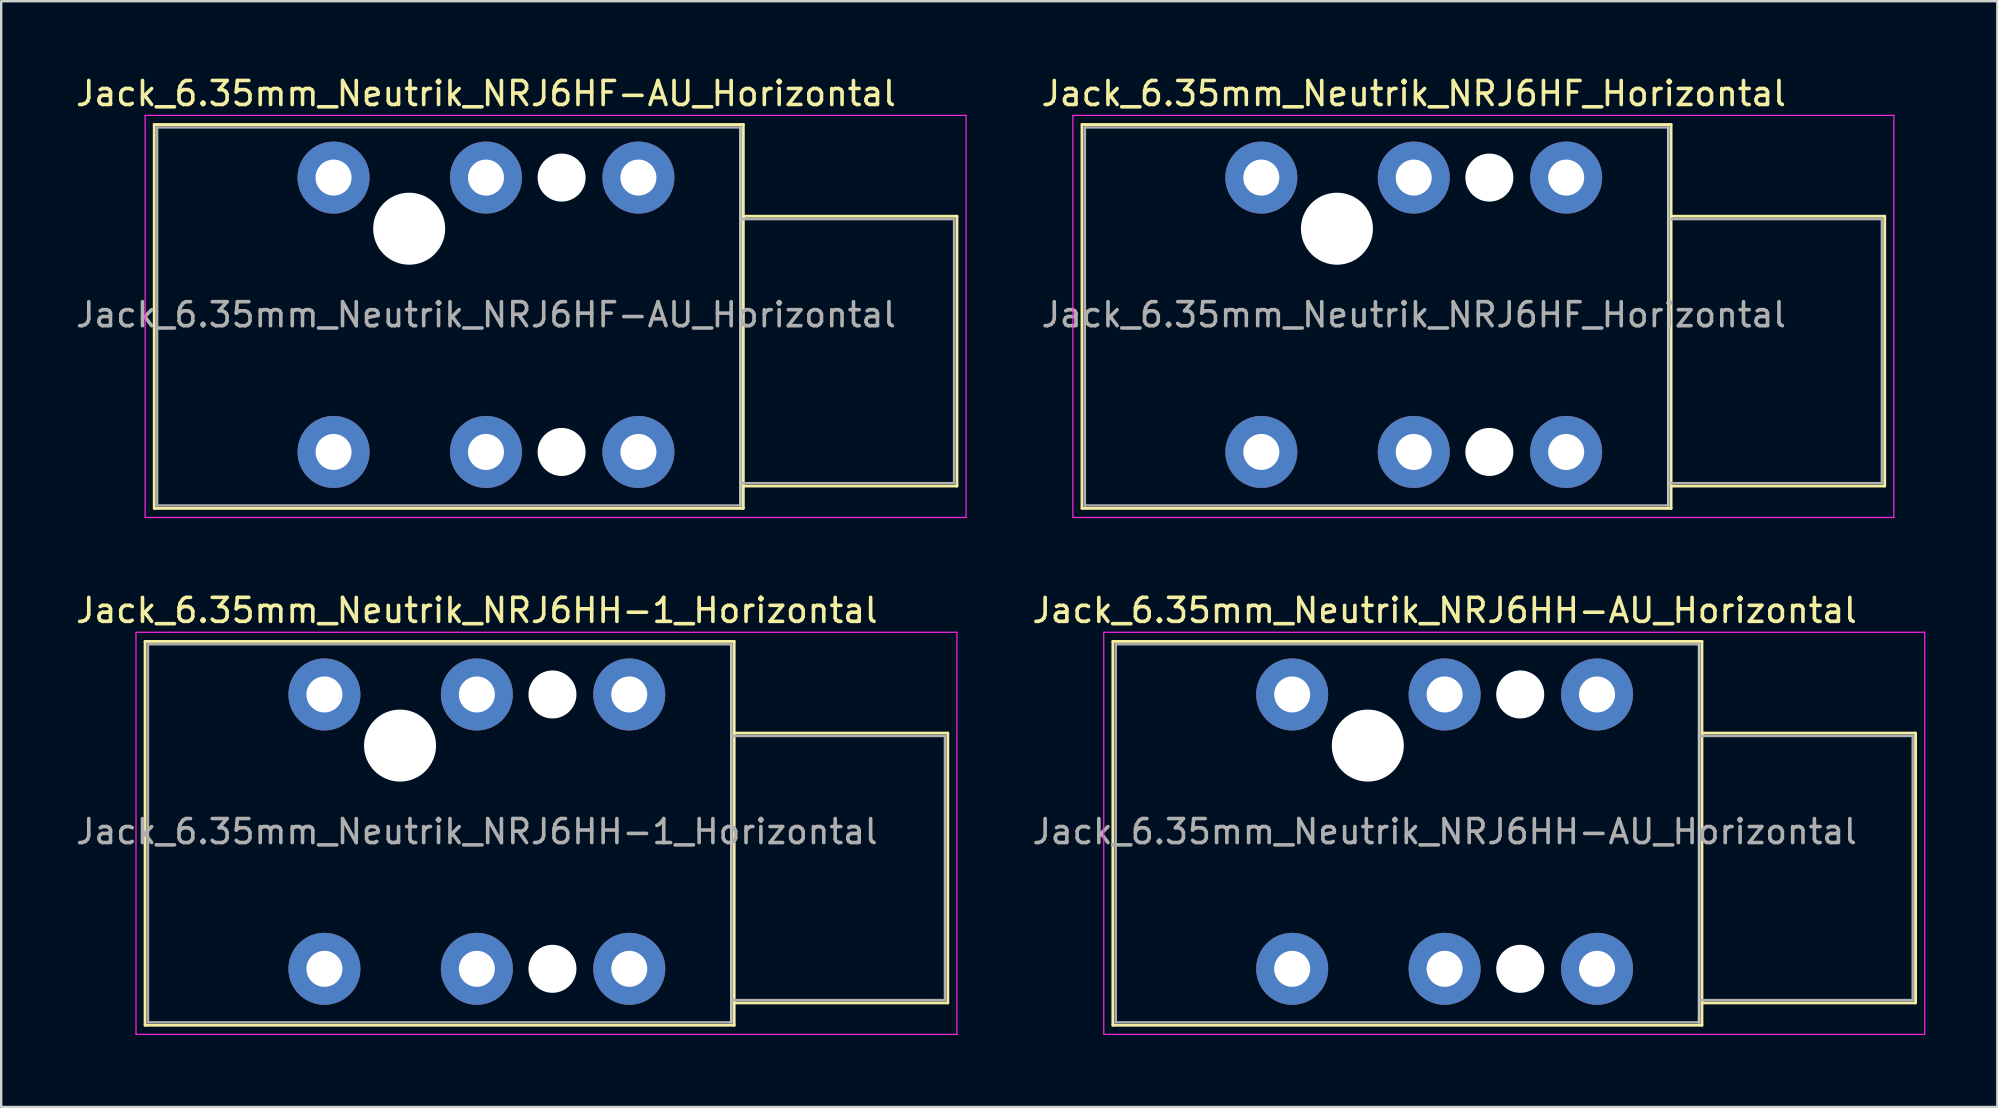
<source format=kicad_pcb>
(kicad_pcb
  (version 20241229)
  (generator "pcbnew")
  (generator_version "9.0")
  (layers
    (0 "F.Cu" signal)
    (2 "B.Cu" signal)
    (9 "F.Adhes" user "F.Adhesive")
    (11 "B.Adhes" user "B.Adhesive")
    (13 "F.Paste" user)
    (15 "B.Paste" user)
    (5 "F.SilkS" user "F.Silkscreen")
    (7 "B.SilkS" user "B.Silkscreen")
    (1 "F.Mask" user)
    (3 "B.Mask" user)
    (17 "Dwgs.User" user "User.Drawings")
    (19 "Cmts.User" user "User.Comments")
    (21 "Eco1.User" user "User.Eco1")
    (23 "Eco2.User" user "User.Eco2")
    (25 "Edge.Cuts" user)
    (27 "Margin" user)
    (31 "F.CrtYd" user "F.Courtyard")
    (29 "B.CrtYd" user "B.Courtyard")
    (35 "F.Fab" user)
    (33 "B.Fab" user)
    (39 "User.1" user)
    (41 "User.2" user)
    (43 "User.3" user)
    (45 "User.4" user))
  (footprint "Jack_6.35mm_Neutrik_NRJ6HH-1_Horizontal"
    (layer "F.Cu")
    (at 10.465 25.881)
    (property "Reference" "Jack_6.35mm_Neutrik_NRJ6HH-1_Horizontal" (at 6.35 -3.5 0) (layer "F.SilkS") (effects (font (size 1 1) (thickness 0.15))))
    (attr through_hole)
    (fp_line (start -7.47 -2.21) (end 17.07 -2.21) (stroke (width 0.12) (type solid)) (layer "F.SilkS"))
    (fp_line (start -7.47 13.78) (end -7.47 -2.21) (stroke (width 0.12) (type solid)) (layer "F.SilkS"))
    (fp_line (start -7.47 13.78) (end 17.07 13.78) (stroke (width 0.12) (type solid)) (layer "F.SilkS"))
    (fp_line (start 17.07 -2.21) (end 17.07 13.78) (stroke (width 0.12) (type solid)) (layer "F.SilkS"))
    (fp_line (start 25.97 1.61) (end 17.07 1.61) (stroke (width 0.12) (type solid)) (layer "F.SilkS"))
    (fp_line (start 25.97 12.85) (end 17.07 12.85) (stroke (width 0.12) (type solid)) (layer "F.SilkS"))
    (fp_line (start 25.97 12.85) (end 25.97 1.61) (stroke (width 0.12) (type solid)) (layer "F.SilkS"))
    (fp_line (start 16.95 -2.09) (end 16.95 13.66) (stroke (width 0.1) (type solid)) (layer "Dwgs.User"))
    (fp_line (start -7.85 14.16) (end -7.85 -2.59) (stroke (width 0.05) (type solid)) (layer "F.CrtYd"))
    (fp_line (start -7.85 14.16) (end 26.35 14.16) (stroke (width 0.05) (type solid)) (layer "F.CrtYd"))
    (fp_line (start 26.35 -2.59) (end -7.85 -2.59) (stroke (width 0.05) (type solid)) (layer "F.CrtYd"))
    (fp_line (start 26.35 14.16) (end 26.35 -2.59) (stroke (width 0.05) (type solid)) (layer "F.CrtYd"))
    (fp_line (start -7.35 -2.09) (end 16.95 -2.09) (stroke (width 0.1) (type solid)) (layer "F.Fab"))
    (fp_line (start -7.35 13.66) (end -7.35 -2.09) (stroke (width 0.1) (type solid)) (layer "F.Fab"))
    (fp_line (start 16.95 -2.09) (end 16.95 13.66) (stroke (width 0.1) (type solid)) (layer "F.Fab"))
    (fp_line (start 16.95 12.73) (end 25.85 12.73) (stroke (width 0.1) (type solid)) (layer "F.Fab"))
    (fp_line (start 16.95 13.66) (end -7.35 13.66) (stroke (width 0.1) (type solid)) (layer "F.Fab"))
    (fp_line (start 25.85 1.73) (end 16.95 1.73) (stroke (width 0.1) (type solid)) (layer "F.Fab"))
    (fp_line (start 25.85 12.73) (end 25.85 1.73) (stroke (width 0.1) (type solid)) (layer "F.Fab"))
    (fp_text user "${REFERENCE}" (at 6.35 5.715 0) (layer "F.Fab") (effects (font (size 1 1) (thickness 0.15))))
    (pad "" np_thru_hole circle (at 3.15 2.13) (size 3 3) (drill 3) (layers "*.Cu" "*.Mask"))
    (pad "" np_thru_hole circle (at 9.5 0) (size 2 2) (drill 2) (layers "*.Cu" "*.Mask"))
    (pad "" np_thru_hole circle (at 9.5 11.43) (size 2 2) (drill 2) (layers "*.Cu" "*.Mask"))
    (pad "G" thru_hole circle (at 12.7 11.43) (size 3 3) (drill 1.5) (layers "*.Cu" "*.Mask"))
    (pad "R" thru_hole circle (at 6.35 0) (size 3 3) (drill 1.5) (layers "*.Cu" "*.Mask"))
    (pad "RN" thru_hole circle (at 6.35 11.43) (size 3 3) (drill 1.5) (layers "*.Cu" "*.Mask"))
    (pad "S" thru_hole circle (at 12.7 0) (size 3 3) (drill 1.5) (layers "*.Cu" "*.Mask"))
    (pad "T" thru_hole circle (at 0 0) (size 3 3) (drill 1.5) (layers "*.Cu" "*.Mask"))
    (pad "TN" thru_hole circle (at 0 11.43) (size 3 3) (drill 1.5) (layers "*.Cu" "*.Mask")))
  (footprint "Jack_6.35mm_Neutrik_NRJ6HF_Horizontal"
    (layer "F.Cu")
    (at 49.496 4.348)
    (property "Reference" "Jack_6.35mm_Neutrik_NRJ6HF_Horizontal" (at 6.35 -3.5 0) (layer "F.SilkS") (effects (font (size 1 1) (thickness 0.15))))
    (attr through_hole)
    (fp_line (start -7.47 -2.21) (end 17.07 -2.21) (stroke (width 0.12) (type solid)) (layer "F.SilkS"))
    (fp_line (start -7.47 13.78) (end -7.47 -2.21) (stroke (width 0.12) (type solid)) (layer "F.SilkS"))
    (fp_line (start -7.47 13.78) (end 17.07 13.78) (stroke (width 0.12) (type solid)) (layer "F.SilkS"))
    (fp_line (start 17.07 -2.21) (end 17.07 13.78) (stroke (width 0.12) (type solid)) (layer "F.SilkS"))
    (fp_line (start 25.97 1.61) (end 17.07 1.61) (stroke (width 0.12) (type solid)) (layer "F.SilkS"))
    (fp_line (start 25.97 12.85) (end 17.07 12.85) (stroke (width 0.12) (type solid)) (layer "F.SilkS"))
    (fp_line (start 25.97 12.85) (end 25.97 1.61) (stroke (width 0.12) (type solid)) (layer "F.SilkS"))
    (fp_line (start 16.95 -2.09) (end 16.95 13.66) (stroke (width 0.1) (type solid)) (layer "Dwgs.User"))
    (fp_line (start -7.85 14.16) (end -7.85 -2.59) (stroke (width 0.05) (type solid)) (layer "F.CrtYd"))
    (fp_line (start -7.85 14.16) (end 26.35 14.16) (stroke (width 0.05) (type solid)) (layer "F.CrtYd"))
    (fp_line (start 26.35 -2.59) (end -7.85 -2.59) (stroke (width 0.05) (type solid)) (layer "F.CrtYd"))
    (fp_line (start 26.35 14.16) (end 26.35 -2.59) (stroke (width 0.05) (type solid)) (layer "F.CrtYd"))
    (fp_line (start -7.35 -2.09) (end 16.95 -2.09) (stroke (width 0.1) (type solid)) (layer "F.Fab"))
    (fp_line (start -7.35 13.66) (end -7.35 -2.09) (stroke (width 0.1) (type solid)) (layer "F.Fab"))
    (fp_line (start 16.95 -2.09) (end 16.95 13.66) (stroke (width 0.1) (type solid)) (layer "F.Fab"))
    (fp_line (start 16.95 12.73) (end 25.85 12.73) (stroke (width 0.1) (type solid)) (layer "F.Fab"))
    (fp_line (start 16.95 13.66) (end -7.35 13.66) (stroke (width 0.1) (type solid)) (layer "F.Fab"))
    (fp_line (start 25.85 1.73) (end 16.95 1.73) (stroke (width 0.1) (type solid)) (layer "F.Fab"))
    (fp_line (start 25.85 12.73) (end 25.85 1.73) (stroke (width 0.1) (type solid)) (layer "F.Fab"))
    (fp_text user "${REFERENCE}" (at 6.35 5.715 0) (layer "F.Fab") (effects (font (size 1 1) (thickness 0.15))))
    (pad "" np_thru_hole circle (at 3.15 2.13) (size 3 3) (drill 3) (layers "*.Cu" "*.Mask"))
    (pad "" np_thru_hole circle (at 9.5 0) (size 2 2) (drill 2) (layers "*.Cu" "*.Mask"))
    (pad "" np_thru_hole circle (at 9.5 11.43) (size 2 2) (drill 2) (layers "*.Cu" "*.Mask"))
    (pad "R" thru_hole circle (at 6.35 0) (size 3 3) (drill 1.5) (layers "*.Cu" "*.Mask"))
    (pad "RN" thru_hole circle (at 6.35 11.43) (size 3 3) (drill 1.5) (layers "*.Cu" "*.Mask"))
    (pad "S" thru_hole circle (at 12.7 0) (size 3 3) (drill 1.5) (layers "*.Cu" "*.Mask"))
    (pad "SN" thru_hole circle (at 12.7 11.43) (size 3 3) (drill 1.5) (layers "*.Cu" "*.Mask"))
    (pad "T" thru_hole circle (at 0 0) (size 3 3) (drill 1.5) (layers "*.Cu" "*.Mask"))
    (pad "TN" thru_hole circle (at 0 11.43) (size 3 3) (drill 1.5) (layers "*.Cu" "*.Mask")))
  (footprint "Jack_6.35mm_Neutrik_NRJ6HF-AU_Horizontal"
    (layer "F.Cu")
    (at 10.846 4.348)
    (property "Reference" "Jack_6.35mm_Neutrik_NRJ6HF-AU_Horizontal" (at 6.35 -3.5 0) (layer "F.SilkS") (effects (font (size 1 1) (thickness 0.15))))
    (attr through_hole)
    (fp_line (start -7.47 -2.21) (end 17.07 -2.21) (stroke (width 0.12) (type solid)) (layer "F.SilkS"))
    (fp_line (start -7.47 13.78) (end -7.47 -2.21) (stroke (width 0.12) (type solid)) (layer "F.SilkS"))
    (fp_line (start -7.47 13.78) (end 17.07 13.78) (stroke (width 0.12) (type solid)) (layer "F.SilkS"))
    (fp_line (start 17.07 -2.21) (end 17.07 13.78) (stroke (width 0.12) (type solid)) (layer "F.SilkS"))
    (fp_line (start 25.97 1.61) (end 17.07 1.61) (stroke (width 0.12) (type solid)) (layer "F.SilkS"))
    (fp_line (start 25.97 12.85) (end 17.07 12.85) (stroke (width 0.12) (type solid)) (layer "F.SilkS"))
    (fp_line (start 25.97 12.85) (end 25.97 1.61) (stroke (width 0.12) (type solid)) (layer "F.SilkS"))
    (fp_line (start 16.95 -2.09) (end 16.95 13.66) (stroke (width 0.1) (type solid)) (layer "Dwgs.User"))
    (fp_line (start -7.85 14.16) (end -7.85 -2.59) (stroke (width 0.05) (type solid)) (layer "F.CrtYd"))
    (fp_line (start -7.85 14.16) (end 26.35 14.16) (stroke (width 0.05) (type solid)) (layer "F.CrtYd"))
    (fp_line (start 26.35 -2.59) (end -7.85 -2.59) (stroke (width 0.05) (type solid)) (layer "F.CrtYd"))
    (fp_line (start 26.35 14.16) (end 26.35 -2.59) (stroke (width 0.05) (type solid)) (layer "F.CrtYd"))
    (fp_line (start -7.35 -2.09) (end 16.95 -2.09) (stroke (width 0.1) (type solid)) (layer "F.Fab"))
    (fp_line (start -7.35 13.66) (end -7.35 -2.09) (stroke (width 0.1) (type solid)) (layer "F.Fab"))
    (fp_line (start 16.95 -2.09) (end 16.95 13.66) (stroke (width 0.1) (type solid)) (layer "F.Fab"))
    (fp_line (start 16.95 12.73) (end 25.85 12.73) (stroke (width 0.1) (type solid)) (layer "F.Fab"))
    (fp_line (start 16.95 13.66) (end -7.35 13.66) (stroke (width 0.1) (type solid)) (layer "F.Fab"))
    (fp_line (start 25.85 1.73) (end 16.95 1.73) (stroke (width 0.1) (type solid)) (layer "F.Fab"))
    (fp_line (start 25.85 12.73) (end 25.85 1.73) (stroke (width 0.1) (type solid)) (layer "F.Fab"))
    (fp_text user "${REFERENCE}" (at 6.35 5.715 0) (layer "F.Fab") (effects (font (size 1 1) (thickness 0.15))))
    (pad "" np_thru_hole circle (at 3.15 2.13) (size 3 3) (drill 3) (layers "*.Cu" "*.Mask"))
    (pad "" np_thru_hole circle (at 9.5 0) (size 2 2) (drill 2) (layers "*.Cu" "*.Mask"))
    (pad "" np_thru_hole circle (at 9.5 11.43) (size 2 2) (drill 2) (layers "*.Cu" "*.Mask"))
    (pad "R" thru_hole circle (at 6.35 0) (size 3 3) (drill 1.5) (layers "*.Cu" "*.Mask"))
    (pad "RN" thru_hole circle (at 6.35 11.43) (size 3 3) (drill 1.5) (layers "*.Cu" "*.Mask"))
    (pad "S" thru_hole circle (at 12.7 0) (size 3 3) (drill 1.5) (layers "*.Cu" "*.Mask"))
    (pad "SN" thru_hole circle (at 12.7 11.43) (size 3 3) (drill 1.5) (layers "*.Cu" "*.Mask"))
    (pad "T" thru_hole circle (at 0 0) (size 3 3) (drill 1.5) (layers "*.Cu" "*.Mask"))
    (pad "TN" thru_hole circle (at 0 11.43) (size 3 3) (drill 1.5) (layers "*.Cu" "*.Mask")))
  (footprint "Jack_6.35mm_Neutrik_NRJ6HH-AU_Horizontal"
    (layer "F.Cu")
    (at 50.782 25.881)
    (property "Reference" "Jack_6.35mm_Neutrik_NRJ6HH-AU_Horizontal" (at 6.35 -3.5 0) (layer "F.SilkS") (effects (font (size 1 1) (thickness 0.15))))
    (attr through_hole)
    (fp_line (start -7.47 -2.21) (end 17.07 -2.21) (stroke (width 0.12) (type solid)) (layer "F.SilkS"))
    (fp_line (start -7.47 13.78) (end -7.47 -2.21) (stroke (width 0.12) (type solid)) (layer "F.SilkS"))
    (fp_line (start -7.47 13.78) (end 17.07 13.78) (stroke (width 0.12) (type solid)) (layer "F.SilkS"))
    (fp_line (start 17.07 -2.21) (end 17.07 13.78) (stroke (width 0.12) (type solid)) (layer "F.SilkS"))
    (fp_line (start 25.97 1.61) (end 17.07 1.61) (stroke (width 0.12) (type solid)) (layer "F.SilkS"))
    (fp_line (start 25.97 12.85) (end 17.07 12.85) (stroke (width 0.12) (type solid)) (layer "F.SilkS"))
    (fp_line (start 25.97 12.85) (end 25.97 1.61) (stroke (width 0.12) (type solid)) (layer "F.SilkS"))
    (fp_line (start 16.95 -2.09) (end 16.95 13.66) (stroke (width 0.1) (type solid)) (layer "Dwgs.User"))
    (fp_line (start -7.85 14.16) (end -7.85 -2.59) (stroke (width 0.05) (type solid)) (layer "F.CrtYd"))
    (fp_line (start -7.85 14.16) (end 26.35 14.16) (stroke (width 0.05) (type solid)) (layer "F.CrtYd"))
    (fp_line (start 26.35 -2.59) (end -7.85 -2.59) (stroke (width 0.05) (type solid)) (layer "F.CrtYd"))
    (fp_line (start 26.35 14.16) (end 26.35 -2.59) (stroke (width 0.05) (type solid)) (layer "F.CrtYd"))
    (fp_line (start -7.35 -2.09) (end 16.95 -2.09) (stroke (width 0.1) (type solid)) (layer "F.Fab"))
    (fp_line (start -7.35 13.66) (end -7.35 -2.09) (stroke (width 0.1) (type solid)) (layer "F.Fab"))
    (fp_line (start 16.95 -2.09) (end 16.95 13.66) (stroke (width 0.1) (type solid)) (layer "F.Fab"))
    (fp_line (start 16.95 12.73) (end 25.85 12.73) (stroke (width 0.1) (type solid)) (layer "F.Fab"))
    (fp_line (start 16.95 13.66) (end -7.35 13.66) (stroke (width 0.1) (type solid)) (layer "F.Fab"))
    (fp_line (start 25.85 1.73) (end 16.95 1.73) (stroke (width 0.1) (type solid)) (layer "F.Fab"))
    (fp_line (start 25.85 12.73) (end 25.85 1.73) (stroke (width 0.1) (type solid)) (layer "F.Fab"))
    (fp_text user "${REFERENCE}" (at 6.35 5.715 0) (layer "F.Fab") (effects (font (size 1 1) (thickness 0.15))))
    (pad "" np_thru_hole circle (at 3.15 2.13) (size 3 3) (drill 3) (layers "*.Cu" "*.Mask"))
    (pad "" np_thru_hole circle (at 9.5 0) (size 2 2) (drill 2) (layers "*.Cu" "*.Mask"))
    (pad "" np_thru_hole circle (at 9.5 11.43) (size 2 2) (drill 2) (layers "*.Cu" "*.Mask"))
    (pad "R" thru_hole circle (at 6.35 0) (size 3 3) (drill 1.5) (layers "*.Cu" "*.Mask"))
    (pad "RN" thru_hole circle (at 6.35 11.43) (size 3 3) (drill 1.5) (layers "*.Cu" "*.Mask"))
    (pad "S" thru_hole circle (at 12.7 0) (size 3 3) (drill 1.5) (layers "*.Cu" "*.Mask"))
    (pad "SN" thru_hole circle (at 12.7 11.43) (size 3 3) (drill 1.5) (layers "*.Cu" "*.Mask"))
    (pad "T" thru_hole circle (at 0 0) (size 3 3) (drill 1.5) (layers "*.Cu" "*.Mask"))
    (pad "TN" thru_hole circle (at 0 11.43) (size 3 3) (drill 1.5) (layers "*.Cu" "*.Mask")))
  (gr_rect
    (start -3 -3)
    (end 80.157 43.066)
    (stroke (width 0.1) (type default))
    (fill no)
    (layer "Edge.Cuts")))
</source>
